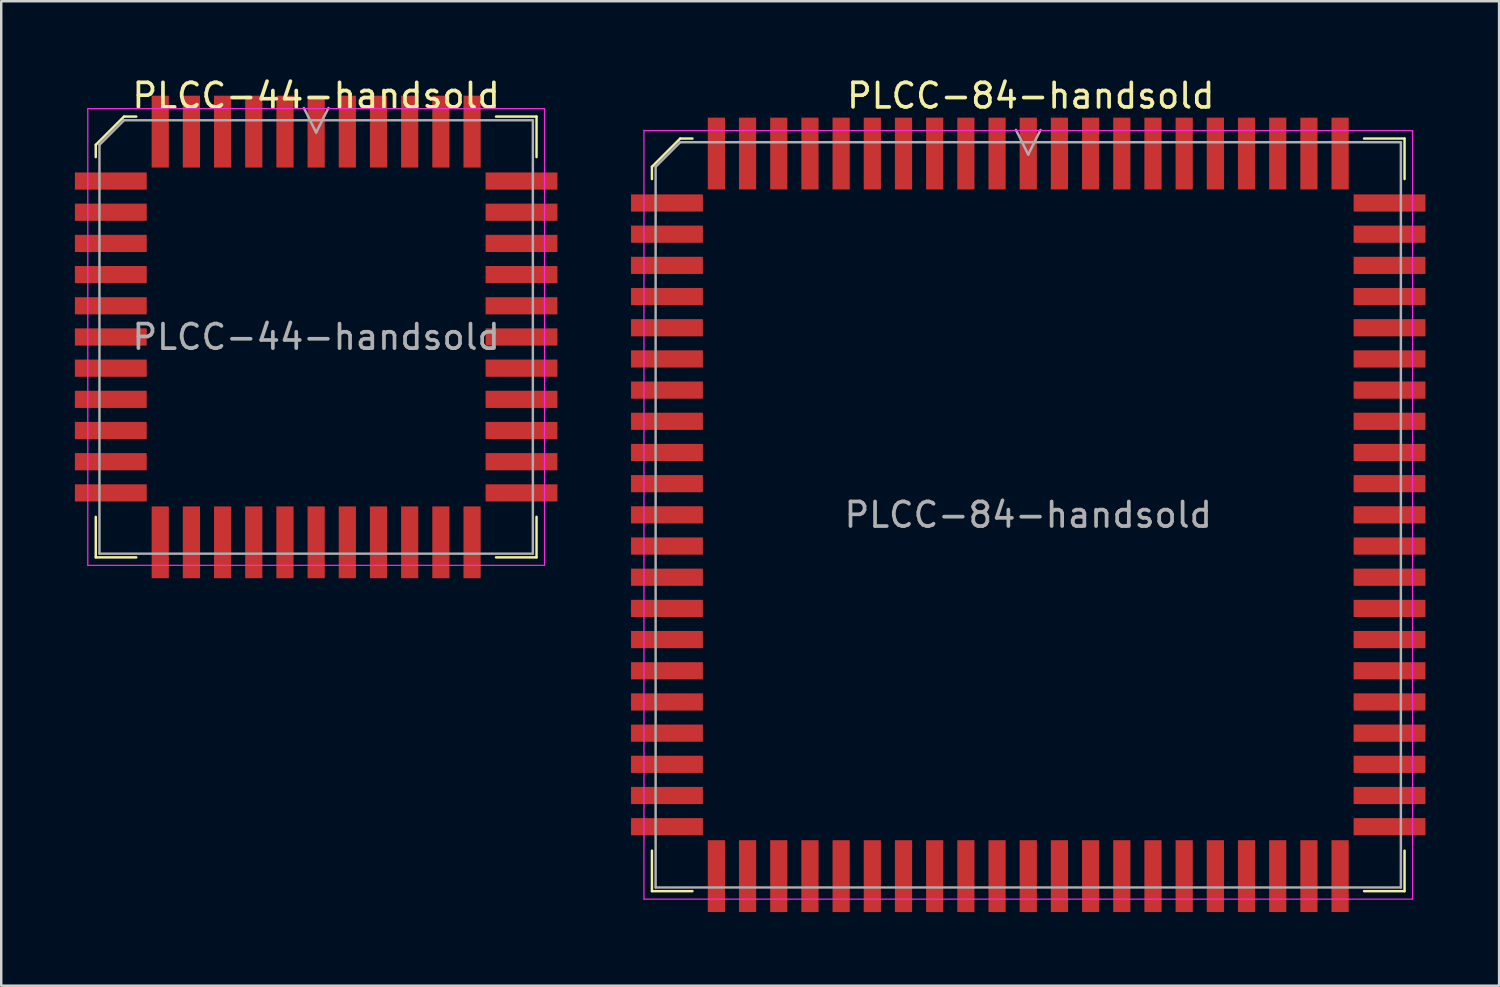
<source format=kicad_pcb>
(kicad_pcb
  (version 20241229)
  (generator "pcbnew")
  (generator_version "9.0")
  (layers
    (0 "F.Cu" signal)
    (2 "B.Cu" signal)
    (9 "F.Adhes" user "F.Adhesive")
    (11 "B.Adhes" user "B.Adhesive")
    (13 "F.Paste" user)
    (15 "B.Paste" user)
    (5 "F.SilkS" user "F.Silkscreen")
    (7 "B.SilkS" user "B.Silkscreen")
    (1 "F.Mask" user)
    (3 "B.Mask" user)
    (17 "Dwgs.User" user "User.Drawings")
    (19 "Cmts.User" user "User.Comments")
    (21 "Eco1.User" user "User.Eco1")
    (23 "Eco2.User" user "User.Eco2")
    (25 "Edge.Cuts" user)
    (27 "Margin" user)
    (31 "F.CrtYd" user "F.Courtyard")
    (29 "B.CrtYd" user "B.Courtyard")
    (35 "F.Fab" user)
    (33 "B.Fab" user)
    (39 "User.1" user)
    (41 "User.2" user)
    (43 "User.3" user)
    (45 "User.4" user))
  (footprint "PLCC-44-handsold"
    (layer "F.Cu")
    (at 9.825 10.673)
    (property "Reference" "PLCC-44-handsold" (at 0 -9.825 0) (layer "F.SilkS") (effects (font (size 1 1) (thickness 0.15))))
    (attr smd)
    (fp_line (start -8.975 -7.825) (end -8.975 -7.325) (stroke (width 0.1) (type solid)) (layer "F.SilkS"))
    (fp_line (start -8.975 8.975) (end -8.975 7.325) (stroke (width 0.1) (type solid)) (layer "F.SilkS"))
    (fp_line (start -7.825 -8.975) (end -8.975 -7.825) (stroke (width 0.1) (type solid)) (layer "F.SilkS"))
    (fp_line (start -7.325 -8.975) (end -7.825 -8.975) (stroke (width 0.1) (type solid)) (layer "F.SilkS"))
    (fp_line (start -7.325 8.975) (end -8.975 8.975) (stroke (width 0.1) (type solid)) (layer "F.SilkS"))
    (fp_line (start 7.325 -8.975) (end 8.975 -8.975) (stroke (width 0.1) (type solid)) (layer "F.SilkS"))
    (fp_line (start 7.325 8.975) (end 8.975 8.975) (stroke (width 0.1) (type solid)) (layer "F.SilkS"))
    (fp_line (start 8.975 -8.975) (end 8.975 -7.325) (stroke (width 0.1) (type solid)) (layer "F.SilkS"))
    (fp_line (start 8.975 8.975) (end 8.975 7.325) (stroke (width 0.1) (type solid)) (layer "F.SilkS"))
    (fp_line (start -9.3 -9.3) (end -9.3 9.3) (stroke (width 0.05) (type solid)) (layer "F.CrtYd"))
    (fp_line (start -9.3 9.3) (end 9.3 9.3) (stroke (width 0.05) (type solid)) (layer "F.CrtYd"))
    (fp_line (start 9.3 -9.3) (end -9.3 -9.3) (stroke (width 0.05) (type solid)) (layer "F.CrtYd"))
    (fp_line (start 9.3 9.3) (end 9.3 -9.3) (stroke (width 0.05) (type solid)) (layer "F.CrtYd"))
    (fp_line (start -8.825 -7.825) (end -8.825 8.825) (stroke (width 0.1) (type solid)) (layer "F.Fab"))
    (fp_line (start -8.825 8.825) (end 8.825 8.825) (stroke (width 0.1) (type solid)) (layer "F.Fab"))
    (fp_line (start -7.825 -8.825) (end -8.825 -7.825) (stroke (width 0.1) (type solid)) (layer "F.Fab"))
    (fp_line (start -0.5 -9.325) (end 0 -8.325) (stroke (width 0.1) (type solid)) (layer "F.Fab"))
    (fp_line (start 0 -8.325) (end 0.5 -9.325) (stroke (width 0.1) (type solid)) (layer "F.Fab"))
    (fp_line (start 8.825 -8.825) (end -7.825 -8.825) (stroke (width 0.1) (type solid)) (layer "F.Fab"))
    (fp_line (start 8.825 8.825) (end 8.825 -8.825) (stroke (width 0.1) (type solid)) (layer "F.Fab"))
    (fp_text user "${REFERENCE}" (at 0 0 0) (layer "F.Fab") (effects (font (size 1 1) (thickness 0.15))))
    (pad "1" smd rect (at 0 -8.363) (size 0.7 2.925) (layers "F.Cu" "F.Mask" "F.Paste"))
    (pad "2" smd rect (at -1.27 -8.363) (size 0.7 2.925) (layers "F.Cu" "F.Mask" "F.Paste"))
    (pad "3" smd rect (at -2.54 -8.363) (size 0.7 2.925) (layers "F.Cu" "F.Mask" "F.Paste"))
    (pad "4" smd rect (at -3.81 -8.363) (size 0.7 2.925) (layers "F.Cu" "F.Mask" "F.Paste"))
    (pad "5" smd rect (at -5.08 -8.363) (size 0.7 2.925) (layers "F.Cu" "F.Mask" "F.Paste"))
    (pad "6" smd rect (at -6.35 -8.363) (size 0.7 2.925) (layers "F.Cu" "F.Mask" "F.Paste"))
    (pad "7" smd rect (at -8.363 -6.35) (size 2.925 0.7) (layers "F.Cu" "F.Mask" "F.Paste"))
    (pad "8" smd rect (at -8.363 -5.08) (size 2.925 0.7) (layers "F.Cu" "F.Mask" "F.Paste"))
    (pad "9" smd rect (at -8.363 -3.81) (size 2.925 0.7) (layers "F.Cu" "F.Mask" "F.Paste"))
    (pad "10" smd rect (at -8.363 -2.54) (size 2.925 0.7) (layers "F.Cu" "F.Mask" "F.Paste"))
    (pad "11" smd rect (at -8.363 -1.27) (size 2.925 0.7) (layers "F.Cu" "F.Mask" "F.Paste"))
    (pad "12" smd rect (at -8.363 0) (size 2.925 0.7) (layers "F.Cu" "F.Mask" "F.Paste"))
    (pad "13" smd rect (at -8.363 1.27) (size 2.925 0.7) (layers "F.Cu" "F.Mask" "F.Paste"))
    (pad "14" smd rect (at -8.363 2.54) (size 2.925 0.7) (layers "F.Cu" "F.Mask" "F.Paste"))
    (pad "15" smd rect (at -8.363 3.81) (size 2.925 0.7) (layers "F.Cu" "F.Mask" "F.Paste"))
    (pad "16" smd rect (at -8.363 5.08) (size 2.925 0.7) (layers "F.Cu" "F.Mask" "F.Paste"))
    (pad "17" smd rect (at -8.363 6.35) (size 2.925 0.7) (layers "F.Cu" "F.Mask" "F.Paste"))
    (pad "18" smd rect (at -6.35 8.363) (size 0.7 2.925) (layers "F.Cu" "F.Mask" "F.Paste"))
    (pad "19" smd rect (at -5.08 8.363) (size 0.7 2.925) (layers "F.Cu" "F.Mask" "F.Paste"))
    (pad "20" smd rect (at -3.81 8.363) (size 0.7 2.925) (layers "F.Cu" "F.Mask" "F.Paste"))
    (pad "21" smd rect (at -2.54 8.363) (size 0.7 2.925) (layers "F.Cu" "F.Mask" "F.Paste"))
    (pad "22" smd rect (at -1.27 8.363) (size 0.7 2.925) (layers "F.Cu" "F.Mask" "F.Paste"))
    (pad "23" smd rect (at 0 8.363) (size 0.7 2.925) (layers "F.Cu" "F.Mask" "F.Paste"))
    (pad "24" smd rect (at 1.27 8.363) (size 0.7 2.925) (layers "F.Cu" "F.Mask" "F.Paste"))
    (pad "25" smd rect (at 2.54 8.363) (size 0.7 2.925) (layers "F.Cu" "F.Mask" "F.Paste"))
    (pad "26" smd rect (at 3.81 8.363) (size 0.7 2.925) (layers "F.Cu" "F.Mask" "F.Paste"))
    (pad "27" smd rect (at 5.08 8.363) (size 0.7 2.925) (layers "F.Cu" "F.Mask" "F.Paste"))
    (pad "28" smd rect (at 6.35 8.363) (size 0.7 2.925) (layers "F.Cu" "F.Mask" "F.Paste"))
    (pad "29" smd rect (at 8.363 6.35) (size 2.925 0.7) (layers "F.Cu" "F.Mask" "F.Paste"))
    (pad "30" smd rect (at 8.363 5.08) (size 2.925 0.7) (layers "F.Cu" "F.Mask" "F.Paste"))
    (pad "31" smd rect (at 8.363 3.81) (size 2.925 0.7) (layers "F.Cu" "F.Mask" "F.Paste"))
    (pad "32" smd rect (at 8.363 2.54) (size 2.925 0.7) (layers "F.Cu" "F.Mask" "F.Paste"))
    (pad "33" smd rect (at 8.363 1.27) (size 2.925 0.7) (layers "F.Cu" "F.Mask" "F.Paste"))
    (pad "34" smd rect (at 8.363 0) (size 2.925 0.7) (layers "F.Cu" "F.Mask" "F.Paste"))
    (pad "35" smd rect (at 8.363 -1.27) (size 2.925 0.7) (layers "F.Cu" "F.Mask" "F.Paste"))
    (pad "36" smd rect (at 8.363 -2.54) (size 2.925 0.7) (layers "F.Cu" "F.Mask" "F.Paste"))
    (pad "37" smd rect (at 8.363 -3.81) (size 2.925 0.7) (layers "F.Cu" "F.Mask" "F.Paste"))
    (pad "38" smd rect (at 8.363 -5.08) (size 2.925 0.7) (layers "F.Cu" "F.Mask" "F.Paste"))
    (pad "39" smd rect (at 8.363 -6.35) (size 2.925 0.7) (layers "F.Cu" "F.Mask" "F.Paste"))
    (pad "40" smd rect (at 6.35 -8.363) (size 0.7 2.925) (layers "F.Cu" "F.Mask" "F.Paste"))
    (pad "41" smd rect (at 5.08 -8.363) (size 0.7 2.925) (layers "F.Cu" "F.Mask" "F.Paste"))
    (pad "42" smd rect (at 3.81 -8.363) (size 0.7 2.925) (layers "F.Cu" "F.Mask" "F.Paste"))
    (pad "43" smd rect (at 2.54 -8.363) (size 0.7 2.925) (layers "F.Cu" "F.Mask" "F.Paste"))
    (pad "44" smd rect (at 1.27 -8.363) (size 0.7 2.925) (layers "F.Cu" "F.Mask" "F.Paste")))
  (footprint "PLCC-84-handsold"
    (layer "F.Cu")
    (at 38.825 17.917)
    (property "Reference" "PLCC-84-handsold" (at 0.102 -17.069 0) (layer "F.SilkS") (effects (font (size 1 1) (thickness 0.15))))
    (attr smd)
    (fp_line (start -15.325 -14.175) (end -15.325 -13.675) (stroke (width 0.1) (type solid)) (layer "F.SilkS"))
    (fp_line (start -15.325 15.325) (end -15.325 13.675) (stroke (width 0.1) (type solid)) (layer "F.SilkS"))
    (fp_line (start -14.175 -15.325) (end -15.325 -14.175) (stroke (width 0.1) (type solid)) (layer "F.SilkS"))
    (fp_line (start -13.675 -15.325) (end -14.175 -15.325) (stroke (width 0.1) (type solid)) (layer "F.SilkS"))
    (fp_line (start -13.675 15.325) (end -15.325 15.325) (stroke (width 0.1) (type solid)) (layer "F.SilkS"))
    (fp_line (start 13.675 -15.325) (end 15.325 -15.325) (stroke (width 0.1) (type solid)) (layer "F.SilkS"))
    (fp_line (start 13.675 15.325) (end 15.325 15.325) (stroke (width 0.1) (type solid)) (layer "F.SilkS"))
    (fp_line (start 15.325 -15.325) (end 15.325 -13.675) (stroke (width 0.1) (type solid)) (layer "F.SilkS"))
    (fp_line (start 15.325 15.325) (end 15.325 13.675) (stroke (width 0.1) (type solid)) (layer "F.SilkS"))
    (fp_line (start -15.65 -15.65) (end -15.65 15.65) (stroke (width 0.05) (type solid)) (layer "F.CrtYd"))
    (fp_line (start -15.65 15.65) (end 15.65 15.65) (stroke (width 0.05) (type solid)) (layer "F.CrtYd"))
    (fp_line (start 15.65 -15.65) (end -15.65 -15.65) (stroke (width 0.05) (type solid)) (layer "F.CrtYd"))
    (fp_line (start 15.65 15.65) (end 15.65 -15.65) (stroke (width 0.05) (type solid)) (layer "F.CrtYd"))
    (fp_line (start -15.175 -14.175) (end -15.175 15.175) (stroke (width 0.1) (type solid)) (layer "F.Fab"))
    (fp_line (start -15.175 15.175) (end 15.175 15.175) (stroke (width 0.1) (type solid)) (layer "F.Fab"))
    (fp_line (start -14.175 -15.175) (end -15.175 -14.175) (stroke (width 0.1) (type solid)) (layer "F.Fab"))
    (fp_line (start -0.5 -15.675) (end 0 -14.675) (stroke (width 0.1) (type solid)) (layer "F.Fab"))
    (fp_line (start 0 -14.675) (end 0.5 -15.675) (stroke (width 0.1) (type solid)) (layer "F.Fab"))
    (fp_line (start 15.175 -15.175) (end -14.175 -15.175) (stroke (width 0.1) (type solid)) (layer "F.Fab"))
    (fp_line (start 15.175 15.175) (end 15.175 -15.175) (stroke (width 0.1) (type solid)) (layer "F.Fab"))
    (fp_text user "${REFERENCE}" (at 0 0 0) (layer "F.Fab") (effects (font (size 1 1) (thickness 0.15))))
    (pad "1" smd rect (at 0 -14.713) (size 0.7 2.925) (layers "F.Cu" "F.Mask" "F.Paste"))
    (pad "2" smd rect (at -1.27 -14.713) (size 0.7 2.925) (layers "F.Cu" "F.Mask" "F.Paste"))
    (pad "3" smd rect (at -2.54 -14.713) (size 0.7 2.925) (layers "F.Cu" "F.Mask" "F.Paste"))
    (pad "4" smd rect (at -3.81 -14.713) (size 0.7 2.925) (layers "F.Cu" "F.Mask" "F.Paste"))
    (pad "5" smd rect (at -5.08 -14.713) (size 0.7 2.925) (layers "F.Cu" "F.Mask" "F.Paste"))
    (pad "6" smd rect (at -6.35 -14.713) (size 0.7 2.925) (layers "F.Cu" "F.Mask" "F.Paste"))
    (pad "7" smd rect (at -7.62 -14.713) (size 0.7 2.925) (layers "F.Cu" "F.Mask" "F.Paste"))
    (pad "8" smd rect (at -8.89 -14.713) (size 0.7 2.925) (layers "F.Cu" "F.Mask" "F.Paste"))
    (pad "9" smd rect (at -10.16 -14.713) (size 0.7 2.925) (layers "F.Cu" "F.Mask" "F.Paste"))
    (pad "10" smd rect (at -11.43 -14.713) (size 0.7 2.925) (layers "F.Cu" "F.Mask" "F.Paste"))
    (pad "11" smd rect (at -12.7 -14.713) (size 0.7 2.925) (layers "F.Cu" "F.Mask" "F.Paste"))
    (pad "12" smd rect (at -14.713 -12.7) (size 2.925 0.7) (layers "F.Cu" "F.Mask" "F.Paste"))
    (pad "13" smd rect (at -14.713 -11.43) (size 2.925 0.7) (layers "F.Cu" "F.Mask" "F.Paste"))
    (pad "14" smd rect (at -14.713 -10.16) (size 2.925 0.7) (layers "F.Cu" "F.Mask" "F.Paste"))
    (pad "15" smd rect (at -14.713 -8.89) (size 2.925 0.7) (layers "F.Cu" "F.Mask" "F.Paste"))
    (pad "16" smd rect (at -14.713 -7.62) (size 2.925 0.7) (layers "F.Cu" "F.Mask" "F.Paste"))
    (pad "17" smd rect (at -14.713 -6.35) (size 2.925 0.7) (layers "F.Cu" "F.Mask" "F.Paste"))
    (pad "18" smd rect (at -14.713 -5.08) (size 2.925 0.7) (layers "F.Cu" "F.Mask" "F.Paste"))
    (pad "19" smd rect (at -14.713 -3.81) (size 2.925 0.7) (layers "F.Cu" "F.Mask" "F.Paste"))
    (pad "20" smd rect (at -14.713 -2.54) (size 2.925 0.7) (layers "F.Cu" "F.Mask" "F.Paste"))
    (pad "21" smd rect (at -14.713 -1.27) (size 2.925 0.7) (layers "F.Cu" "F.Mask" "F.Paste"))
    (pad "22" smd rect (at -14.713 0) (size 2.925 0.7) (layers "F.Cu" "F.Mask" "F.Paste"))
    (pad "23" smd rect (at -14.713 1.27) (size 2.925 0.7) (layers "F.Cu" "F.Mask" "F.Paste"))
    (pad "24" smd rect (at -14.713 2.54) (size 2.925 0.7) (layers "F.Cu" "F.Mask" "F.Paste"))
    (pad "25" smd rect (at -14.713 3.81) (size 2.925 0.7) (layers "F.Cu" "F.Mask" "F.Paste"))
    (pad "26" smd rect (at -14.713 5.08) (size 2.925 0.7) (layers "F.Cu" "F.Mask" "F.Paste"))
    (pad "27" smd rect (at -14.713 6.35) (size 2.925 0.7) (layers "F.Cu" "F.Mask" "F.Paste"))
    (pad "28" smd rect (at -14.713 7.62) (size 2.925 0.7) (layers "F.Cu" "F.Mask" "F.Paste"))
    (pad "29" smd rect (at -14.713 8.89) (size 2.925 0.7) (layers "F.Cu" "F.Mask" "F.Paste"))
    (pad "30" smd rect (at -14.713 10.16) (size 2.925 0.7) (layers "F.Cu" "F.Mask" "F.Paste"))
    (pad "31" smd rect (at -14.713 11.43) (size 2.925 0.7) (layers "F.Cu" "F.Mask" "F.Paste"))
    (pad "32" smd rect (at -14.713 12.7) (size 2.925 0.7) (layers "F.Cu" "F.Mask" "F.Paste"))
    (pad "33" smd rect (at -12.7 14.713) (size 0.7 2.925) (layers "F.Cu" "F.Mask" "F.Paste"))
    (pad "34" smd rect (at -11.43 14.713) (size 0.7 2.925) (layers "F.Cu" "F.Mask" "F.Paste"))
    (pad "35" smd rect (at -10.16 14.713) (size 0.7 2.925) (layers "F.Cu" "F.Mask" "F.Paste"))
    (pad "36" smd rect (at -8.89 14.713) (size 0.7 2.925) (layers "F.Cu" "F.Mask" "F.Paste"))
    (pad "37" smd rect (at -7.62 14.713) (size 0.7 2.925) (layers "F.Cu" "F.Mask" "F.Paste"))
    (pad "38" smd rect (at -6.35 14.713) (size 0.7 2.925) (layers "F.Cu" "F.Mask" "F.Paste"))
    (pad "39" smd rect (at -5.08 14.713) (size 0.7 2.925) (layers "F.Cu" "F.Mask" "F.Paste"))
    (pad "40" smd rect (at -3.81 14.713) (size 0.7 2.925) (layers "F.Cu" "F.Mask" "F.Paste"))
    (pad "41" smd rect (at -2.54 14.713) (size 0.7 2.925) (layers "F.Cu" "F.Mask" "F.Paste"))
    (pad "42" smd rect (at -1.27 14.713) (size 0.7 2.925) (layers "F.Cu" "F.Mask" "F.Paste"))
    (pad "43" smd rect (at 0 14.713) (size 0.7 2.925) (layers "F.Cu" "F.Mask" "F.Paste"))
    (pad "44" smd rect (at 1.27 14.713) (size 0.7 2.925) (layers "F.Cu" "F.Mask" "F.Paste"))
    (pad "45" smd rect (at 2.54 14.713) (size 0.7 2.925) (layers "F.Cu" "F.Mask" "F.Paste"))
    (pad "46" smd rect (at 3.81 14.713) (size 0.7 2.925) (layers "F.Cu" "F.Mask" "F.Paste"))
    (pad "47" smd rect (at 5.08 14.713) (size 0.7 2.925) (layers "F.Cu" "F.Mask" "F.Paste"))
    (pad "48" smd rect (at 6.35 14.713) (size 0.7 2.925) (layers "F.Cu" "F.Mask" "F.Paste"))
    (pad "49" smd rect (at 7.62 14.713) (size 0.7 2.925) (layers "F.Cu" "F.Mask" "F.Paste"))
    (pad "50" smd rect (at 8.89 14.713) (size 0.7 2.925) (layers "F.Cu" "F.Mask" "F.Paste"))
    (pad "51" smd rect (at 10.16 14.713) (size 0.7 2.925) (layers "F.Cu" "F.Mask" "F.Paste"))
    (pad "52" smd rect (at 11.43 14.713) (size 0.7 2.925) (layers "F.Cu" "F.Mask" "F.Paste"))
    (pad "53" smd rect (at 12.7 14.713) (size 0.7 2.925) (layers "F.Cu" "F.Mask" "F.Paste"))
    (pad "54" smd rect (at 14.713 12.7) (size 2.925 0.7) (layers "F.Cu" "F.Mask" "F.Paste"))
    (pad "55" smd rect (at 14.713 11.43) (size 2.925 0.7) (layers "F.Cu" "F.Mask" "F.Paste"))
    (pad "56" smd rect (at 14.713 10.16) (size 2.925 0.7) (layers "F.Cu" "F.Mask" "F.Paste"))
    (pad "57" smd rect (at 14.713 8.89) (size 2.925 0.7) (layers "F.Cu" "F.Mask" "F.Paste"))
    (pad "58" smd rect (at 14.713 7.62) (size 2.925 0.7) (layers "F.Cu" "F.Mask" "F.Paste"))
    (pad "59" smd rect (at 14.713 6.35) (size 2.925 0.7) (layers "F.Cu" "F.Mask" "F.Paste"))
    (pad "60" smd rect (at 14.713 5.08) (size 2.925 0.7) (layers "F.Cu" "F.Mask" "F.Paste"))
    (pad "61" smd rect (at 14.713 3.81) (size 2.925 0.7) (layers "F.Cu" "F.Mask" "F.Paste"))
    (pad "62" smd rect (at 14.713 2.54) (size 2.925 0.7) (layers "F.Cu" "F.Mask" "F.Paste"))
    (pad "63" smd rect (at 14.713 1.27) (size 2.925 0.7) (layers "F.Cu" "F.Mask" "F.Paste"))
    (pad "64" smd rect (at 14.713 0) (size 2.925 0.7) (layers "F.Cu" "F.Mask" "F.Paste"))
    (pad "65" smd rect (at 14.713 -1.27) (size 2.925 0.7) (layers "F.Cu" "F.Mask" "F.Paste"))
    (pad "66" smd rect (at 14.713 -2.54) (size 2.925 0.7) (layers "F.Cu" "F.Mask" "F.Paste"))
    (pad "67" smd rect (at 14.713 -3.81) (size 2.925 0.7) (layers "F.Cu" "F.Mask" "F.Paste"))
    (pad "68" smd rect (at 14.713 -5.08) (size 2.925 0.7) (layers "F.Cu" "F.Mask" "F.Paste"))
    (pad "69" smd rect (at 14.713 -6.35) (size 2.925 0.7) (layers "F.Cu" "F.Mask" "F.Paste"))
    (pad "70" smd rect (at 14.713 -7.62) (size 2.925 0.7) (layers "F.Cu" "F.Mask" "F.Paste"))
    (pad "71" smd rect (at 14.713 -8.89) (size 2.925 0.7) (layers "F.Cu" "F.Mask" "F.Paste"))
    (pad "72" smd rect (at 14.713 -10.16) (size 2.925 0.7) (layers "F.Cu" "F.Mask" "F.Paste"))
    (pad "73" smd rect (at 14.713 -11.43) (size 2.925 0.7) (layers "F.Cu" "F.Mask" "F.Paste"))
    (pad "74" smd rect (at 14.713 -12.7) (size 2.925 0.7) (layers "F.Cu" "F.Mask" "F.Paste"))
    (pad "75" smd rect (at 12.7 -14.713) (size 0.7 2.925) (layers "F.Cu" "F.Mask" "F.Paste"))
    (pad "76" smd rect (at 11.43 -14.713) (size 0.7 2.925) (layers "F.Cu" "F.Mask" "F.Paste"))
    (pad "77" smd rect (at 10.16 -14.713) (size 0.7 2.925) (layers "F.Cu" "F.Mask" "F.Paste"))
    (pad "78" smd rect (at 8.89 -14.713) (size 0.7 2.925) (layers "F.Cu" "F.Mask" "F.Paste"))
    (pad "79" smd rect (at 7.62 -14.713) (size 0.7 2.925) (layers "F.Cu" "F.Mask" "F.Paste"))
    (pad "80" smd rect (at 6.35 -14.713) (size 0.7 2.925) (layers "F.Cu" "F.Mask" "F.Paste"))
    (pad "81" smd rect (at 5.08 -14.713) (size 0.7 2.925) (layers "F.Cu" "F.Mask" "F.Paste"))
    (pad "82" smd rect (at 3.81 -14.713) (size 0.7 2.925) (layers "F.Cu" "F.Mask" "F.Paste"))
    (pad "83" smd rect (at 2.54 -14.713) (size 0.7 2.925) (layers "F.Cu" "F.Mask" "F.Paste"))
    (pad "84" smd rect (at 1.27 -14.713) (size 0.7 2.925) (layers "F.Cu" "F.Mask" "F.Paste")))
  (gr_rect
    (start -3 -3)
    (end 58 37.092)
    (stroke (width 0.1) (type default))
    (fill no)
    (layer "Edge.Cuts")))
</source>
